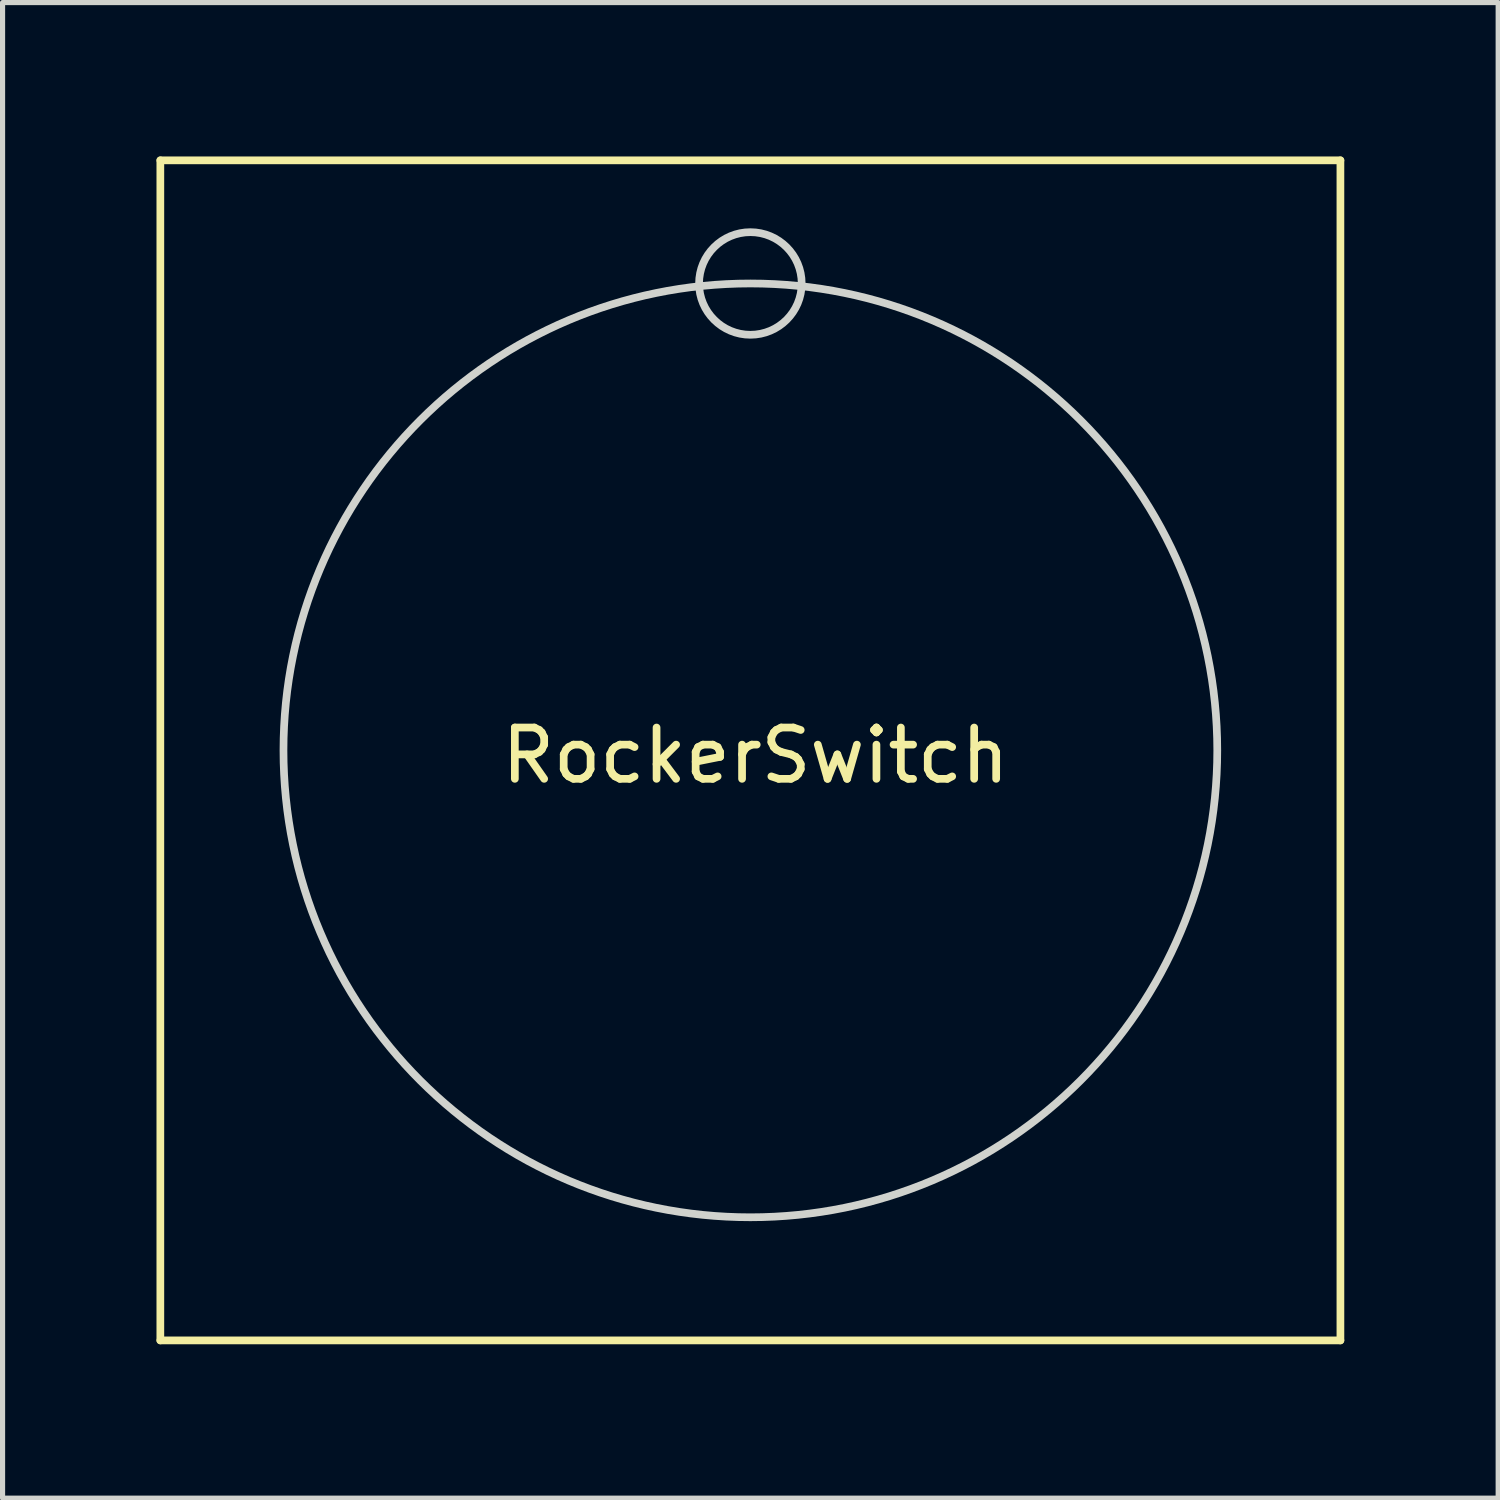
<source format=kicad_pcb>
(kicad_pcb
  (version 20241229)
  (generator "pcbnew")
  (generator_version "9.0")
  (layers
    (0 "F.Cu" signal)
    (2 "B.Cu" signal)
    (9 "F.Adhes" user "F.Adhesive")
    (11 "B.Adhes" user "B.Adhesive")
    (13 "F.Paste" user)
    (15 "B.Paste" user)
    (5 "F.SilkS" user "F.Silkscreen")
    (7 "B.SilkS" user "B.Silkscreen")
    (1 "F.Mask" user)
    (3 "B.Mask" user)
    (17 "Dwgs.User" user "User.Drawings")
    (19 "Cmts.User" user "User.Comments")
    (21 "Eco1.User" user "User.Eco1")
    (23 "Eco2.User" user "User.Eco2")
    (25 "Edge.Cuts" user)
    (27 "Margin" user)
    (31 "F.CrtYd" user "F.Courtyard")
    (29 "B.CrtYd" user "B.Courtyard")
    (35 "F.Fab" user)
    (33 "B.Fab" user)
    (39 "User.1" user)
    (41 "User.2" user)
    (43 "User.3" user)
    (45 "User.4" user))
  (footprint "RockerSwitch"
    (layer "F.Cu")
    (at 11.575 11.575)
    (property "Reference" "RockerSwitch" (at 0.1 0.1 0) (layer "F.SilkS") (effects (font (size 1 1) (thickness 0.15))))
    (attr through_hole)
    (fp_line (start -11.5 -11.5) (end -11.5 11.5) (stroke (width 0.15) (type solid)) (layer "F.SilkS"))
    (fp_line (start -11.5 11.5) (end 11.5 11.5) (stroke (width 0.15) (type solid)) (layer "F.SilkS"))
    (fp_line (start 11.5 -11.5) (end -11.5 -11.5) (stroke (width 0.15) (type solid)) (layer "F.SilkS"))
    (fp_line (start 11.5 11.5) (end 11.5 -11.5) (stroke (width 0.15) (type solid)) (layer "F.SilkS"))
    (fp_circle (center 0 -9.1) (end 0 -10.1) (stroke (width 0.15) (type solid)) (fill no) (layer "Edge.Cuts"))
    (fp_circle (center 0 0) (end 9.1 0) (stroke (width 0.15) (type solid)) (fill no) (layer "Edge.Cuts")))
  (gr_rect
    (start -3 -3)
    (end 26.15 26.15)
    (stroke (width 0.1) (type default))
    (fill no)
    (layer "Edge.Cuts")))
</source>
